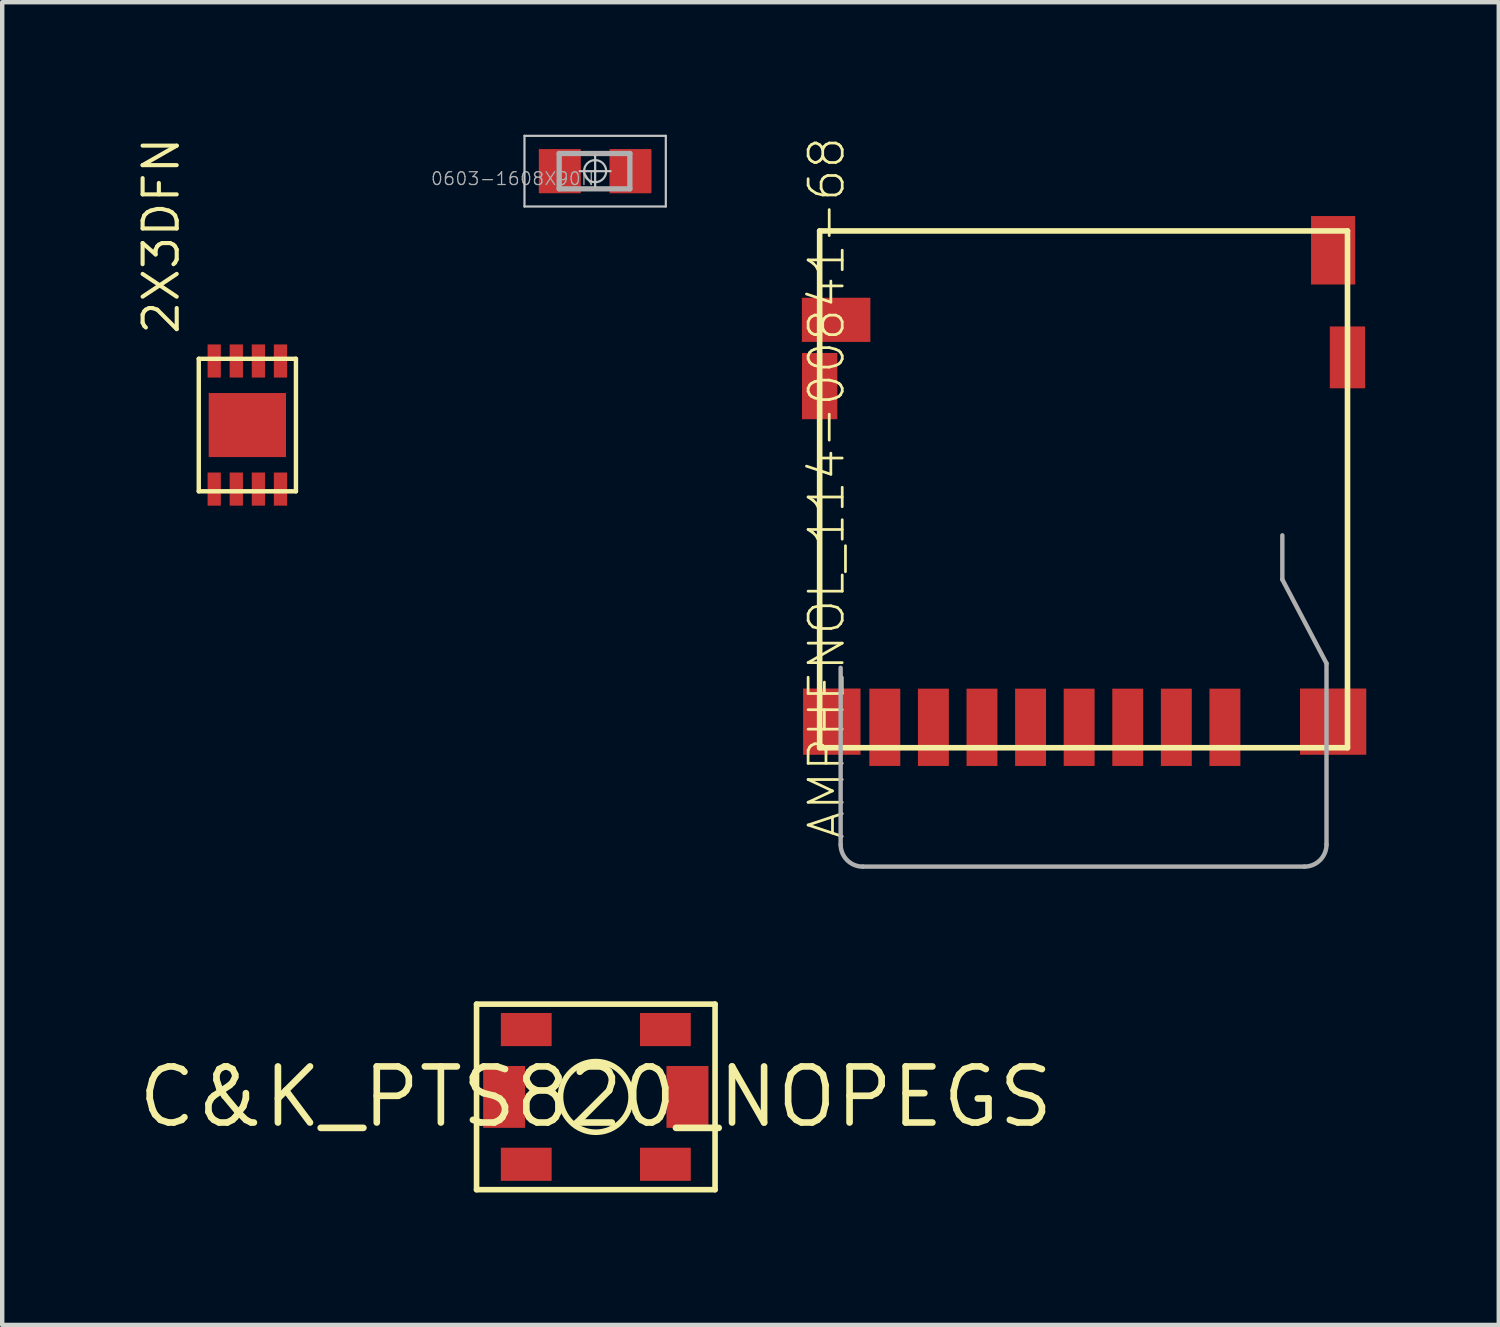
<source format=kicad_pcb>
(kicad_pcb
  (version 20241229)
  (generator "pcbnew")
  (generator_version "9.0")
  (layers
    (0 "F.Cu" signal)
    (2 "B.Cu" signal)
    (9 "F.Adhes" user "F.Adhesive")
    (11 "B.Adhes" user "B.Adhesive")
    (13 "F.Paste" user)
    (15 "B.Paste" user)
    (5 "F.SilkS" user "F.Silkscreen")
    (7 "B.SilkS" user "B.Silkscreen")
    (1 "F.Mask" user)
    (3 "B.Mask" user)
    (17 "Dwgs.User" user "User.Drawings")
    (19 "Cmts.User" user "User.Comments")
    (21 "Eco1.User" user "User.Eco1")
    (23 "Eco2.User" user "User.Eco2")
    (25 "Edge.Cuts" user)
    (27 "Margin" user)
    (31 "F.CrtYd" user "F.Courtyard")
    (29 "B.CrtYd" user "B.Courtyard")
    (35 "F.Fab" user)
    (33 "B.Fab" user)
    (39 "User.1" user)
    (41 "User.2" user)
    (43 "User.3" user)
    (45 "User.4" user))
  (footprint "AMPHENOL_114-00841-68"
    (layer "F.Cu")
    (at 21.482 7.528)
    (property "Reference" "AMPHENOL_114-00841-68" (at -6.27 -7.528 270) (layer "F.SilkS") (effects (font (size 0.772 0.772) (thickness 0.062)) (justify right top)))
    (attr through_hole)
    (fp_line (start -5.975 6.35) (end -5.975 -5.35) (stroke (width 0.127) (type solid)) (layer "F.SilkS"))
    (fp_line (start 5.975 -5.35) (end -5.975 -5.35) (stroke (width 0.127) (type solid)) (layer "F.SilkS"))
    (fp_line (start 5.975 -5.35) (end 5.975 6.35) (stroke (width 0.127) (type solid)) (layer "F.SilkS"))
    (fp_line (start 5.975 6.35) (end -5.975 6.35) (stroke (width 0.127) (type solid)) (layer "F.SilkS"))
    (fp_line (start -5.5 8.542) (end -5.5 4.542) (stroke (width 0.1) (type solid)) (layer "F.Fab"))
    (fp_line (start 4.5 1.542) (end 4.5 2.542) (stroke (width 0.1) (type solid)) (layer "F.Fab"))
    (fp_line (start 4.5 2.542) (end 5.5 4.442) (stroke (width 0.1) (type solid)) (layer "F.Fab"))
    (fp_line (start 5 9.042) (end -5 9.042) (stroke (width 0.1) (type solid)) (layer "F.Fab"))
    (fp_line (start 5.5 4.442) (end 5.5 8.542) (stroke (width 0.1) (type solid)) (layer "F.Fab"))
    (fp_arc (start -5 9.042) (mid -5.353553 8.895553) (end -5.5 8.542) (stroke (width 0.1) (type solid)) (layer "F.Fab"))
    (fp_arc (start 5.5 8.542) (mid 5.353553 8.895553) (end 5 9.042) (stroke (width 0.1) (type solid)) (layer "F.Fab"))
    (pad "1" smd rect (at 3.2 5.888 180) (size 0.7 1.75) (layers "F.Cu" "F.Mask" "F.Paste"))
    (pad "2" smd rect (at 2.1 5.888 180) (size 0.7 1.75) (layers "F.Cu" "F.Mask" "F.Paste"))
    (pad "3" smd rect (at 1 5.888 180) (size 0.7 1.75) (layers "F.Cu" "F.Mask" "F.Paste"))
    (pad "4" smd rect (at -0.1 5.888 180) (size 0.7 1.75) (layers "F.Cu" "F.Mask" "F.Paste"))
    (pad "5" smd rect (at -1.2 5.888 180) (size 0.7 1.75) (layers "F.Cu" "F.Mask" "F.Paste"))
    (pad "6" smd rect (at -2.3 5.888 180) (size 0.7 1.75) (layers "F.Cu" "F.Mask" "F.Paste"))
    (pad "7" smd rect (at -3.4 5.888 180) (size 0.7 1.75) (layers "F.Cu" "F.Mask" "F.Paste"))
    (pad "8" smd rect (at -4.5 5.888 180) (size 0.7 1.75) (layers "F.Cu" "F.Mask" "F.Paste"))
    (pad "CD1" smd rect (at 5.65 -4.912 180) (size 1 1.55) (layers "F.Cu" "F.Mask" "F.Paste"))
    (pad "CD2" smd rect (at -5.602 -3.337 270) (size 1 1.55) (layers "F.Cu" "F.Mask" "F.Paste"))
    (pad "SH1" smd rect (at -5.7 5.76 180) (size 1.3 1.5) (layers "F.Cu" "F.Mask" "F.Paste"))
    (pad "SH2" smd rect (at 5.65 5.76 180) (size 1.5 1.5) (layers "F.Cu" "F.Mask" "F.Paste"))
    (pad "SH3" smd rect (at 5.975 -2.487 180) (size 0.8 1.4) (layers "F.Cu" "F.Mask" "F.Paste"))
    (pad "SH4" smd rect (at -5.975 -1.837 180) (size 0.8 1.5) (layers "F.Cu" "F.Mask" "F.Paste")))
  (footprint "0603-1608X90N"
    (layer "F.Cu")
    (at 10.424 0.825)
    (property "Reference" "0603-1608X90N" (at 0 0 180) (layer "F.Fab") (effects (font (size 0.29 0.29) (thickness 0.029)) (justify right top)))
    (attr through_hole)
    (fp_line (start -1.6 -0.8) (end -1.6 0.8) (stroke (width 0.05) (type solid)) (layer "Dwgs.User"))
    (fp_line (start -1.6 0.8) (end 1.6 0.8) (stroke (width 0.05) (type solid)) (layer "Dwgs.User"))
    (fp_line (start -0.35 0) (end 0.35 0) (stroke (width 0.05) (type solid)) (layer "Dwgs.User"))
    (fp_line (start 0 0.35) (end 0 -0.35) (stroke (width 0.05) (type solid)) (layer "Dwgs.User"))
    (fp_line (start 1.6 -0.8) (end -1.6 -0.8) (stroke (width 0.05) (type solid)) (layer "Dwgs.User"))
    (fp_line (start 1.6 0.8) (end 1.6 -0.8) (stroke (width 0.05) (type solid)) (layer "Dwgs.User"))
    (fp_circle (center 0 0) (end 0.25 0) (stroke (width 0.05) (type solid)) (fill no) (layer "Dwgs.User"))
    (fp_line (start -0.814 -0.4) (end -0.814 0.4) (stroke (width 0.12) (type solid)) (layer "F.Fab"))
    (fp_line (start -0.814 0.4) (end 0.786 0.4) (stroke (width 0.12) (type solid)) (layer "F.Fab"))
    (fp_line (start 0.786 -0.4) (end -0.814 -0.4) (stroke (width 0.12) (type solid)) (layer "F.Fab"))
    (fp_line (start 0.786 0.4) (end 0.786 -0.4) (stroke (width 0.12) (type solid)) (layer "F.Fab"))
    (pad "1" smd rect (at -0.8 0) (size 0.95 1) (layers "F.Cu" "F.Mask" "F.Paste"))
    (pad "2" smd roundrect (at 0.8 0) (size 0.95 1) (layers "F.Cu" "F.Mask" "F.Paste") (roundrect_rratio 0.015)))
  (footprint "C&K_PTS820_NOPEGS"
    (layer "F.Cu")
    (at 10.439 21.784)
    (property "Reference" "C&K_PTS820_NOPEGS" (at 0 0 0) (layer "F.SilkS") (effects (font (size 1.27 1.27) (thickness 0.15))))
    (attr through_hole)
    (fp_line (start -2.7 -2.1) (end -2.7 2.1) (stroke (width 0.127) (type solid)) (layer "F.SilkS"))
    (fp_line (start -2.7 2.1) (end 2.7 2.1) (stroke (width 0.127) (type solid)) (layer "F.SilkS"))
    (fp_line (start 2.7 -2.1) (end -2.7 -2.1) (stroke (width 0.127) (type solid)) (layer "F.SilkS"))
    (fp_line (start 2.7 2.1) (end 2.7 -2.1) (stroke (width 0.127) (type solid)) (layer "F.SilkS"))
    (fp_circle (center 0 0) (end 0.8 0) (stroke (width 0.127) (type solid)) (fill no) (layer "F.SilkS"))
    (pad "1" smd rect (at -1.575 -1.525 180) (size 1.15 0.75) (layers "F.Cu" "F.Mask" "F.Paste"))
    (pad "2" smd rect (at -1.575 1.525 180) (size 1.15 0.75) (layers "F.Cu" "F.Mask" "F.Paste"))
    (pad "3" smd rect (at 1.575 -1.525 180) (size 1.15 0.75) (layers "F.Cu" "F.Mask" "F.Paste"))
    (pad "4" smd rect (at 1.575 1.525 180) (size 1.15 0.75) (layers "F.Cu" "F.Mask" "F.Paste"))
    (pad "5" smd rect (at -2.075 0 90) (size 1.4 0.95) (layers "F.Cu" "F.Mask" "F.Paste"))
    (pad "6" smd rect (at 2.075 0 90) (size 1.4 0.95) (layers "F.Cu" "F.Mask" "F.Paste")))
  (footprint "2X3DFN"
    (layer "F.Cu")
    (at 2.55 6.573)
    (property "Reference" "2X3DFN" (at -1.5 -2 90) (layer "F.SilkS") (effects (font (size 0.772 0.772) (thickness 0.093)) (justify left bottom)))
    (attr through_hole)
    (fp_poly (pts (xy -0.9 -1.075) (xy -0.6 -1.075) (xy -0.6 -1.825) (xy -0.9 -1.825)) (stroke (width 0) (type solid)) (fill yes) (layer "F.Mask"))
    (fp_poly (pts (xy -0.898 1.825) (xy -0.598 1.825) (xy -0.598 1.075) (xy -0.898 1.075)) (stroke (width 0) (type solid)) (fill yes) (layer "F.Mask"))
    (fp_poly (pts (xy -0.875 0.725) (xy 0.875 0.725) (xy 0.875 -0.725) (xy -0.875 -0.725)) (stroke (width 0) (type solid)) (fill yes) (layer "F.Mask"))
    (fp_poly (pts (xy -0.4 -1.075) (xy -0.1 -1.075) (xy -0.1 -1.825) (xy -0.4 -1.825)) (stroke (width 0) (type solid)) (fill yes) (layer "F.Mask"))
    (fp_poly (pts (xy -0.4 1.825) (xy -0.1 1.825) (xy -0.1 1.075) (xy -0.4 1.075)) (stroke (width 0) (type solid)) (fill yes) (layer "F.Mask"))
    (fp_poly (pts (xy 0.1 -1.075) (xy 0.4 -1.075) (xy 0.4 -1.825) (xy 0.1 -1.825)) (stroke (width 0) (type solid)) (fill yes) (layer "F.Mask"))
    (fp_poly (pts (xy 0.1 1.825) (xy 0.4 1.825) (xy 0.4 1.075) (xy 0.1 1.075)) (stroke (width 0) (type solid)) (fill yes) (layer "F.Mask"))
    (fp_poly (pts (xy 0.6 -1.075) (xy 0.9 -1.075) (xy 0.9 -1.825) (xy 0.6 -1.825)) (stroke (width 0) (type solid)) (fill yes) (layer "F.Mask"))
    (fp_poly (pts (xy 0.6 1.825) (xy 0.9 1.825) (xy 0.9 1.075) (xy 0.6 1.075)) (stroke (width 0) (type solid)) (fill yes) (layer "F.Mask"))
    (fp_line (start -1.1 -1.5) (end 1.1 -1.5) (stroke (width 0.1) (type solid)) (layer "F.SilkS"))
    (fp_line (start -1.1 1.5) (end -1.1 -1.5) (stroke (width 0.1) (type solid)) (layer "F.SilkS"))
    (fp_line (start 1.1 -1.5) (end 1.1 1.5) (stroke (width 0.1) (type solid)) (layer "F.SilkS"))
    (fp_line (start 1.1 1.5) (end -1.1 1.5) (stroke (width 0.1) (type solid)) (layer "F.SilkS"))
    (fp_poly (pts (xy -0.9 -1.075) (xy -0.6 -1.075) (xy -0.6 -1.825) (xy -0.9 -1.825)) (stroke (width 0) (type solid)) (fill yes) (layer "F.Paste"))
    (fp_poly (pts (xy -0.898 1.825) (xy -0.598 1.825) (xy -0.598 1.075) (xy -0.898 1.075)) (stroke (width 0) (type solid)) (fill yes) (layer "F.Paste"))
    (fp_poly (pts (xy -0.875 0.725) (xy 0.875 0.725) (xy 0.875 -0.725) (xy -0.875 -0.725)) (stroke (width 0) (type solid)) (fill yes) (layer "F.Paste"))
    (fp_poly (pts (xy -0.4 -1.075) (xy -0.1 -1.075) (xy -0.1 -1.825) (xy -0.4 -1.825)) (stroke (width 0) (type solid)) (fill yes) (layer "F.Paste"))
    (fp_poly (pts (xy -0.4 1.825) (xy -0.1 1.825) (xy -0.1 1.075) (xy -0.4 1.075)) (stroke (width 0) (type solid)) (fill yes) (layer "F.Paste"))
    (fp_poly (pts (xy 0.1 -1.075) (xy 0.4 -1.075) (xy 0.4 -1.825) (xy 0.1 -1.825)) (stroke (width 0) (type solid)) (fill yes) (layer "F.Paste"))
    (fp_poly (pts (xy 0.1 1.825) (xy 0.4 1.825) (xy 0.4 1.075) (xy 0.1 1.075)) (stroke (width 0) (type solid)) (fill yes) (layer "F.Paste"))
    (fp_poly (pts (xy 0.6 -1.075) (xy 0.9 -1.075) (xy 0.9 -1.825) (xy 0.6 -1.825)) (stroke (width 0) (type solid)) (fill yes) (layer "F.Paste"))
    (fp_poly (pts (xy 0.6 1.825) (xy 0.9 1.825) (xy 0.9 1.075) (xy 0.6 1.075)) (stroke (width 0) (type solid)) (fill yes) (layer "F.Paste"))
    (pad "1" smd rect (at -0.75 1.45 90) (size 0.75 0.3) (layers "F.Cu" "F.Mask"))
    (pad "2" smd rect (at -0.25 1.45 90) (size 0.75 0.3) (layers "F.Cu" "F.Mask"))
    (pad "3" smd rect (at 0.25 1.45 90) (size 0.75 0.3) (layers "F.Cu" "F.Mask"))
    (pad "4" smd rect (at 0.75 1.45 90) (size 0.75 0.3) (layers "F.Cu" "F.Mask"))
    (pad "5" smd rect (at 0.75 -1.45 270) (size 0.75 0.3) (layers "F.Cu" "F.Mask"))
    (pad "6" smd rect (at 0.25 -1.45 270) (size 0.75 0.3) (layers "F.Cu" "F.Mask"))
    (pad "7" smd rect (at -0.25 -1.45 270) (size 0.75 0.3) (layers "F.Cu" "F.Mask"))
    (pad "8" smd rect (at -0.75 -1.45 270) (size 0.75 0.3) (layers "F.Cu" "F.Mask"))
    (pad "PAD" smd rect (at 0 0) (size 1.75 1.45) (layers "F.Cu" "F.Mask")))
  (gr_rect
    (start -3 -3)
    (end 30.882 26.947)
    (stroke (width 0.1) (type default))
    (fill no)
    (layer "Edge.Cuts")))
</source>
